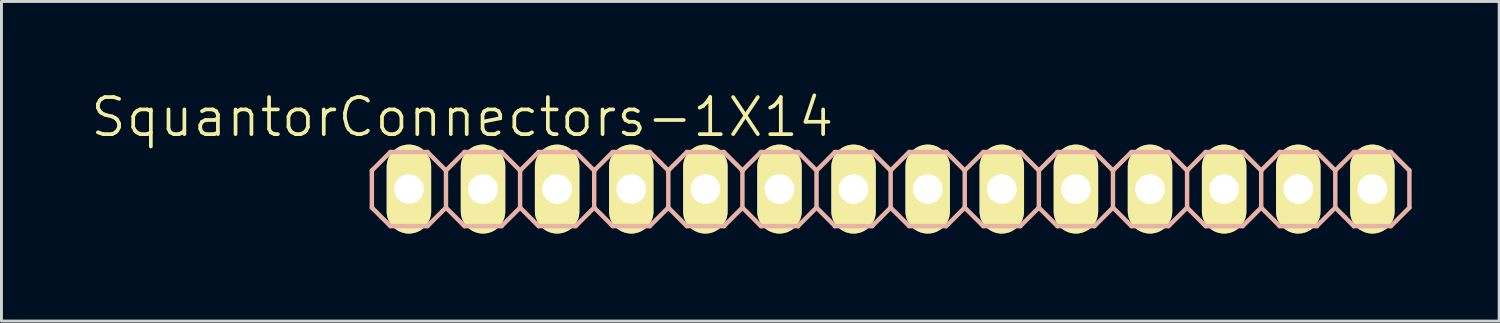
<source format=kicad_pcb>
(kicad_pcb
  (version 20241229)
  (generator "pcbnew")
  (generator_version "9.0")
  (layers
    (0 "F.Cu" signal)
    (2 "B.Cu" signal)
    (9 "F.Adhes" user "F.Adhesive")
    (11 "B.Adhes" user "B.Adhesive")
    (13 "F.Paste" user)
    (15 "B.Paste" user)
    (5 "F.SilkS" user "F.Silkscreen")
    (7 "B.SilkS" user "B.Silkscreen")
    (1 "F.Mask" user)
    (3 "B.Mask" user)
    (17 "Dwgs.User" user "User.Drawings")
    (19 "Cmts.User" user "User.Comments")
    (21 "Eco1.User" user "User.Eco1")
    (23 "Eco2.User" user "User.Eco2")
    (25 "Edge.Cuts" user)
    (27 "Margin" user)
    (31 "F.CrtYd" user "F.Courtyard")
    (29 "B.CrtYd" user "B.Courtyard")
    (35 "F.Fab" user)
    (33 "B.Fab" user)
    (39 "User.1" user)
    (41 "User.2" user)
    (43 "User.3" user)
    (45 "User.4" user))
  (footprint "SquantorConnectors-1X14"
    (layer "F.Cu")
    (at 27.475 3.43)
    (property "Reference" "SquantorConnectors-1X14" (at -14.681 -2.464 0) (layer "F.SilkS") (effects (font (size 1.27 1.27) (thickness 0.127))))
    (attr exclude_from_pos_files exclude_from_bom)
    (fp_line (start -16.764 -0.254) (end -16.256 -0.254) (stroke (width 0.066) (type solid)) (layer "F.SilkS"))
    (fp_line (start -16.764 0.254) (end -16.764 -0.254) (stroke (width 0.066) (type solid)) (layer "F.SilkS"))
    (fp_line (start -16.764 0.254) (end -16.256 0.254) (stroke (width 0.066) (type solid)) (layer "F.SilkS"))
    (fp_line (start -16.256 0.254) (end -16.256 -0.254) (stroke (width 0.066) (type solid)) (layer "F.SilkS"))
    (fp_line (start -14.224 -0.254) (end -13.716 -0.254) (stroke (width 0.066) (type solid)) (layer "F.SilkS"))
    (fp_line (start -14.224 0.254) (end -14.224 -0.254) (stroke (width 0.066) (type solid)) (layer "F.SilkS"))
    (fp_line (start -14.224 0.254) (end -13.716 0.254) (stroke (width 0.066) (type solid)) (layer "F.SilkS"))
    (fp_line (start -13.716 0.254) (end -13.716 -0.254) (stroke (width 0.066) (type solid)) (layer "F.SilkS"))
    (fp_line (start -11.684 -0.254) (end -11.176 -0.254) (stroke (width 0.066) (type solid)) (layer "F.SilkS"))
    (fp_line (start -11.684 0.254) (end -11.684 -0.254) (stroke (width 0.066) (type solid)) (layer "F.SilkS"))
    (fp_line (start -11.684 0.254) (end -11.176 0.254) (stroke (width 0.066) (type solid)) (layer "F.SilkS"))
    (fp_line (start -11.176 0.254) (end -11.176 -0.254) (stroke (width 0.066) (type solid)) (layer "F.SilkS"))
    (fp_line (start -9.144 -0.254) (end -8.636 -0.254) (stroke (width 0.066) (type solid)) (layer "F.SilkS"))
    (fp_line (start -9.144 0.254) (end -9.144 -0.254) (stroke (width 0.066) (type solid)) (layer "F.SilkS"))
    (fp_line (start -9.144 0.254) (end -8.636 0.254) (stroke (width 0.066) (type solid)) (layer "F.SilkS"))
    (fp_line (start -8.636 0.254) (end -8.636 -0.254) (stroke (width 0.066) (type solid)) (layer "F.SilkS"))
    (fp_line (start -6.604 -0.254) (end -6.096 -0.254) (stroke (width 0.066) (type solid)) (layer "F.SilkS"))
    (fp_line (start -6.604 0.254) (end -6.604 -0.254) (stroke (width 0.066) (type solid)) (layer "F.SilkS"))
    (fp_line (start -6.604 0.254) (end -6.096 0.254) (stroke (width 0.066) (type solid)) (layer "F.SilkS"))
    (fp_line (start -6.096 0.254) (end -6.096 -0.254) (stroke (width 0.066) (type solid)) (layer "F.SilkS"))
    (fp_line (start -4.064 -0.254) (end -3.556 -0.254) (stroke (width 0.066) (type solid)) (layer "F.SilkS"))
    (fp_line (start -4.064 0.254) (end -4.064 -0.254) (stroke (width 0.066) (type solid)) (layer "F.SilkS"))
    (fp_line (start -4.064 0.254) (end -3.556 0.254) (stroke (width 0.066) (type solid)) (layer "F.SilkS"))
    (fp_line (start -3.556 0.254) (end -3.556 -0.254) (stroke (width 0.066) (type solid)) (layer "F.SilkS"))
    (fp_line (start -1.524 -0.254) (end -1.016 -0.254) (stroke (width 0.066) (type solid)) (layer "F.SilkS"))
    (fp_line (start -1.524 0.254) (end -1.524 -0.254) (stroke (width 0.066) (type solid)) (layer "F.SilkS"))
    (fp_line (start -1.524 0.254) (end -1.016 0.254) (stroke (width 0.066) (type solid)) (layer "F.SilkS"))
    (fp_line (start -1.016 0.254) (end -1.016 -0.254) (stroke (width 0.066) (type solid)) (layer "F.SilkS"))
    (fp_line (start 1.016 -0.254) (end 1.524 -0.254) (stroke (width 0.066) (type solid)) (layer "F.SilkS"))
    (fp_line (start 1.016 0.254) (end 1.016 -0.254) (stroke (width 0.066) (type solid)) (layer "F.SilkS"))
    (fp_line (start 1.016 0.254) (end 1.524 0.254) (stroke (width 0.066) (type solid)) (layer "F.SilkS"))
    (fp_line (start 1.524 0.254) (end 1.524 -0.254) (stroke (width 0.066) (type solid)) (layer "F.SilkS"))
    (fp_line (start 3.556 -0.254) (end 4.064 -0.254) (stroke (width 0.066) (type solid)) (layer "F.SilkS"))
    (fp_line (start 3.556 0.254) (end 3.556 -0.254) (stroke (width 0.066) (type solid)) (layer "F.SilkS"))
    (fp_line (start 3.556 0.254) (end 4.064 0.254) (stroke (width 0.066) (type solid)) (layer "F.SilkS"))
    (fp_line (start 4.064 0.254) (end 4.064 -0.254) (stroke (width 0.066) (type solid)) (layer "F.SilkS"))
    (fp_line (start 6.096 -0.254) (end 6.604 -0.254) (stroke (width 0.066) (type solid)) (layer "F.SilkS"))
    (fp_line (start 6.096 0.254) (end 6.096 -0.254) (stroke (width 0.066) (type solid)) (layer "F.SilkS"))
    (fp_line (start 6.096 0.254) (end 6.604 0.254) (stroke (width 0.066) (type solid)) (layer "F.SilkS"))
    (fp_line (start 6.604 0.254) (end 6.604 -0.254) (stroke (width 0.066) (type solid)) (layer "F.SilkS"))
    (fp_line (start 8.636 -0.254) (end 9.144 -0.254) (stroke (width 0.066) (type solid)) (layer "F.SilkS"))
    (fp_line (start 8.636 0.254) (end 8.636 -0.254) (stroke (width 0.066) (type solid)) (layer "F.SilkS"))
    (fp_line (start 8.636 0.254) (end 9.144 0.254) (stroke (width 0.066) (type solid)) (layer "F.SilkS"))
    (fp_line (start 9.144 0.254) (end 9.144 -0.254) (stroke (width 0.066) (type solid)) (layer "F.SilkS"))
    (fp_line (start 11.176 -0.254) (end 11.684 -0.254) (stroke (width 0.066) (type solid)) (layer "F.SilkS"))
    (fp_line (start 11.176 0.254) (end 11.176 -0.254) (stroke (width 0.066) (type solid)) (layer "F.SilkS"))
    (fp_line (start 11.176 0.254) (end 11.684 0.254) (stroke (width 0.066) (type solid)) (layer "F.SilkS"))
    (fp_line (start 11.684 0.254) (end 11.684 -0.254) (stroke (width 0.066) (type solid)) (layer "F.SilkS"))
    (fp_line (start 13.716 -0.254) (end 14.224 -0.254) (stroke (width 0.066) (type solid)) (layer "F.SilkS"))
    (fp_line (start 13.716 0.254) (end 13.716 -0.254) (stroke (width 0.066) (type solid)) (layer "F.SilkS"))
    (fp_line (start 13.716 0.254) (end 14.224 0.254) (stroke (width 0.066) (type solid)) (layer "F.SilkS"))
    (fp_line (start 14.224 0.254) (end 14.224 -0.254) (stroke (width 0.066) (type solid)) (layer "F.SilkS"))
    (fp_line (start 16.256 -0.254) (end 16.764 -0.254) (stroke (width 0.066) (type solid)) (layer "F.SilkS"))
    (fp_line (start 16.256 0.254) (end 16.256 -0.254) (stroke (width 0.066) (type solid)) (layer "F.SilkS"))
    (fp_line (start 16.256 0.254) (end 16.764 0.254) (stroke (width 0.066) (type solid)) (layer "F.SilkS"))
    (fp_line (start 16.764 0.254) (end 16.764 -0.254) (stroke (width 0.066) (type solid)) (layer "F.SilkS"))
    (fp_line (start -17.78 -0.635) (end -17.78 0.635) (stroke (width 0.152) (type solid)) (layer "B.SilkS"))
    (fp_line (start -17.78 0.635) (end -17.145 1.27) (stroke (width 0.152) (type solid)) (layer "B.SilkS"))
    (fp_line (start -17.145 -1.27) (end -17.78 -0.635) (stroke (width 0.152) (type solid)) (layer "B.SilkS"))
    (fp_line (start -17.145 -1.27) (end -15.875 -1.27) (stroke (width 0.152) (type solid)) (layer "B.SilkS"))
    (fp_line (start -15.875 -1.27) (end -15.24 -0.635) (stroke (width 0.152) (type solid)) (layer "B.SilkS"))
    (fp_line (start -15.875 1.27) (end -17.145 1.27) (stroke (width 0.152) (type solid)) (layer "B.SilkS"))
    (fp_line (start -15.24 -0.635) (end -15.24 0.635) (stroke (width 0.152) (type solid)) (layer "B.SilkS"))
    (fp_line (start -15.24 -0.635) (end -14.605 -1.27) (stroke (width 0.152) (type solid)) (layer "B.SilkS"))
    (fp_line (start -15.24 0.635) (end -15.875 1.27) (stroke (width 0.152) (type solid)) (layer "B.SilkS"))
    (fp_line (start -14.605 -1.27) (end -13.335 -1.27) (stroke (width 0.152) (type solid)) (layer "B.SilkS"))
    (fp_line (start -14.605 1.27) (end -15.24 0.635) (stroke (width 0.152) (type solid)) (layer "B.SilkS"))
    (fp_line (start -13.335 -1.27) (end -12.7 -0.635) (stroke (width 0.152) (type solid)) (layer "B.SilkS"))
    (fp_line (start -13.335 1.27) (end -14.605 1.27) (stroke (width 0.152) (type solid)) (layer "B.SilkS"))
    (fp_line (start -12.7 -0.635) (end -12.7 0.635) (stroke (width 0.152) (type solid)) (layer "B.SilkS"))
    (fp_line (start -12.7 -0.635) (end -12.065 -1.27) (stroke (width 0.152) (type solid)) (layer "B.SilkS"))
    (fp_line (start -12.7 0.635) (end -13.335 1.27) (stroke (width 0.152) (type solid)) (layer "B.SilkS"))
    (fp_line (start -12.065 -1.27) (end -10.795 -1.27) (stroke (width 0.152) (type solid)) (layer "B.SilkS"))
    (fp_line (start -12.065 1.27) (end -12.7 0.635) (stroke (width 0.152) (type solid)) (layer "B.SilkS"))
    (fp_line (start -10.795 -1.27) (end -10.16 -0.635) (stroke (width 0.152) (type solid)) (layer "B.SilkS"))
    (fp_line (start -10.795 1.27) (end -12.065 1.27) (stroke (width 0.152) (type solid)) (layer "B.SilkS"))
    (fp_line (start -10.16 -0.635) (end -10.16 0.635) (stroke (width 0.152) (type solid)) (layer "B.SilkS"))
    (fp_line (start -10.16 0.635) (end -10.795 1.27) (stroke (width 0.152) (type solid)) (layer "B.SilkS"))
    (fp_line (start -10.16 0.635) (end -9.525 1.27) (stroke (width 0.152) (type solid)) (layer "B.SilkS"))
    (fp_line (start -9.525 -1.27) (end -10.16 -0.635) (stroke (width 0.152) (type solid)) (layer "B.SilkS"))
    (fp_line (start -9.525 -1.27) (end -8.255 -1.27) (stroke (width 0.152) (type solid)) (layer "B.SilkS"))
    (fp_line (start -8.255 -1.27) (end -7.62 -0.635) (stroke (width 0.152) (type solid)) (layer "B.SilkS"))
    (fp_line (start -8.255 1.27) (end -9.525 1.27) (stroke (width 0.152) (type solid)) (layer "B.SilkS"))
    (fp_line (start -7.62 -0.635) (end -7.62 0.635) (stroke (width 0.152) (type solid)) (layer "B.SilkS"))
    (fp_line (start -7.62 -0.635) (end -6.985 -1.27) (stroke (width 0.152) (type solid)) (layer "B.SilkS"))
    (fp_line (start -7.62 0.635) (end -8.255 1.27) (stroke (width 0.152) (type solid)) (layer "B.SilkS"))
    (fp_line (start -6.985 -1.27) (end -5.715 -1.27) (stroke (width 0.152) (type solid)) (layer "B.SilkS"))
    (fp_line (start -6.985 1.27) (end -7.62 0.635) (stroke (width 0.152) (type solid)) (layer "B.SilkS"))
    (fp_line (start -5.715 -1.27) (end -5.08 -0.635) (stroke (width 0.152) (type solid)) (layer "B.SilkS"))
    (fp_line (start -5.715 1.27) (end -6.985 1.27) (stroke (width 0.152) (type solid)) (layer "B.SilkS"))
    (fp_line (start -5.08 -0.635) (end -5.08 0.635) (stroke (width 0.152) (type solid)) (layer "B.SilkS"))
    (fp_line (start -5.08 -0.635) (end -4.445 -1.27) (stroke (width 0.152) (type solid)) (layer "B.SilkS"))
    (fp_line (start -5.08 0.635) (end -5.715 1.27) (stroke (width 0.152) (type solid)) (layer "B.SilkS"))
    (fp_line (start -4.445 -1.27) (end -3.175 -1.27) (stroke (width 0.152) (type solid)) (layer "B.SilkS"))
    (fp_line (start -4.445 1.27) (end -5.08 0.635) (stroke (width 0.152) (type solid)) (layer "B.SilkS"))
    (fp_line (start -3.175 -1.27) (end -2.54 -0.635) (stroke (width 0.152) (type solid)) (layer "B.SilkS"))
    (fp_line (start -3.175 1.27) (end -4.445 1.27) (stroke (width 0.152) (type solid)) (layer "B.SilkS"))
    (fp_line (start -2.54 -0.635) (end -2.54 0.635) (stroke (width 0.152) (type solid)) (layer "B.SilkS"))
    (fp_line (start -2.54 0.635) (end -3.175 1.27) (stroke (width 0.152) (type solid)) (layer "B.SilkS"))
    (fp_line (start -2.54 0.635) (end -1.905 1.27) (stroke (width 0.152) (type solid)) (layer "B.SilkS"))
    (fp_line (start -1.905 -1.27) (end -2.54 -0.635) (stroke (width 0.152) (type solid)) (layer "B.SilkS"))
    (fp_line (start -1.905 -1.27) (end -0.635 -1.27) (stroke (width 0.152) (type solid)) (layer "B.SilkS"))
    (fp_line (start -0.635 -1.27) (end 0 -0.635) (stroke (width 0.152) (type solid)) (layer "B.SilkS"))
    (fp_line (start -0.635 1.27) (end -1.905 1.27) (stroke (width 0.152) (type solid)) (layer "B.SilkS"))
    (fp_line (start 0 -0.635) (end 0 0.635) (stroke (width 0.152) (type solid)) (layer "B.SilkS"))
    (fp_line (start 0 -0.635) (end 0.635 -1.27) (stroke (width 0.152) (type solid)) (layer "B.SilkS"))
    (fp_line (start 0 0.635) (end -0.635 1.27) (stroke (width 0.152) (type solid)) (layer "B.SilkS"))
    (fp_line (start 0.635 -1.27) (end 1.905 -1.27) (stroke (width 0.152) (type solid)) (layer "B.SilkS"))
    (fp_line (start 0.635 1.27) (end 0 0.635) (stroke (width 0.152) (type solid)) (layer "B.SilkS"))
    (fp_line (start 1.905 -1.27) (end 2.54 -0.635) (stroke (width 0.152) (type solid)) (layer "B.SilkS"))
    (fp_line (start 1.905 1.27) (end 0.635 1.27) (stroke (width 0.152) (type solid)) (layer "B.SilkS"))
    (fp_line (start 2.54 -0.635) (end 2.54 0.635) (stroke (width 0.152) (type solid)) (layer "B.SilkS"))
    (fp_line (start 2.54 -0.635) (end 3.175 -1.27) (stroke (width 0.152) (type solid)) (layer "B.SilkS"))
    (fp_line (start 2.54 0.635) (end 1.905 1.27) (stroke (width 0.152) (type solid)) (layer "B.SilkS"))
    (fp_line (start 3.175 -1.27) (end 4.445 -1.27) (stroke (width 0.152) (type solid)) (layer "B.SilkS"))
    (fp_line (start 3.175 1.27) (end 2.54 0.635) (stroke (width 0.152) (type solid)) (layer "B.SilkS"))
    (fp_line (start 4.445 -1.27) (end 5.08 -0.635) (stroke (width 0.152) (type solid)) (layer "B.SilkS"))
    (fp_line (start 4.445 1.27) (end 3.175 1.27) (stroke (width 0.152) (type solid)) (layer "B.SilkS"))
    (fp_line (start 5.08 -0.635) (end 5.08 0.635) (stroke (width 0.152) (type solid)) (layer "B.SilkS"))
    (fp_line (start 5.08 0.635) (end 4.445 1.27) (stroke (width 0.152) (type solid)) (layer "B.SilkS"))
    (fp_line (start 5.08 0.635) (end 5.715 1.27) (stroke (width 0.152) (type solid)) (layer "B.SilkS"))
    (fp_line (start 5.715 -1.27) (end 5.08 -0.635) (stroke (width 0.152) (type solid)) (layer "B.SilkS"))
    (fp_line (start 5.715 -1.27) (end 6.985 -1.27) (stroke (width 0.152) (type solid)) (layer "B.SilkS"))
    (fp_line (start 6.985 -1.27) (end 7.62 -0.635) (stroke (width 0.152) (type solid)) (layer "B.SilkS"))
    (fp_line (start 6.985 1.27) (end 5.715 1.27) (stroke (width 0.152) (type solid)) (layer "B.SilkS"))
    (fp_line (start 7.62 -0.635) (end 7.62 0.635) (stroke (width 0.152) (type solid)) (layer "B.SilkS"))
    (fp_line (start 7.62 -0.635) (end 8.255 -1.27) (stroke (width 0.152) (type solid)) (layer "B.SilkS"))
    (fp_line (start 7.62 0.635) (end 6.985 1.27) (stroke (width 0.152) (type solid)) (layer "B.SilkS"))
    (fp_line (start 8.255 -1.27) (end 9.525 -1.27) (stroke (width 0.152) (type solid)) (layer "B.SilkS"))
    (fp_line (start 8.255 1.27) (end 7.62 0.635) (stroke (width 0.152) (type solid)) (layer "B.SilkS"))
    (fp_line (start 9.525 -1.27) (end 10.16 -0.635) (stroke (width 0.152) (type solid)) (layer "B.SilkS"))
    (fp_line (start 9.525 1.27) (end 8.255 1.27) (stroke (width 0.152) (type solid)) (layer "B.SilkS"))
    (fp_line (start 10.16 -0.635) (end 10.16 0.635) (stroke (width 0.152) (type solid)) (layer "B.SilkS"))
    (fp_line (start 10.16 -0.635) (end 10.795 -1.27) (stroke (width 0.152) (type solid)) (layer "B.SilkS"))
    (fp_line (start 10.16 0.635) (end 9.525 1.27) (stroke (width 0.152) (type solid)) (layer "B.SilkS"))
    (fp_line (start 10.795 -1.27) (end 12.065 -1.27) (stroke (width 0.152) (type solid)) (layer "B.SilkS"))
    (fp_line (start 10.795 1.27) (end 10.16 0.635) (stroke (width 0.152) (type solid)) (layer "B.SilkS"))
    (fp_line (start 12.065 -1.27) (end 12.7 -0.635) (stroke (width 0.152) (type solid)) (layer "B.SilkS"))
    (fp_line (start 12.065 1.27) (end 10.795 1.27) (stroke (width 0.152) (type solid)) (layer "B.SilkS"))
    (fp_line (start 12.7 -0.635) (end 12.7 0.635) (stroke (width 0.152) (type solid)) (layer "B.SilkS"))
    (fp_line (start 12.7 0.635) (end 12.065 1.27) (stroke (width 0.152) (type solid)) (layer "B.SilkS"))
    (fp_line (start 12.7 0.635) (end 13.335 1.27) (stroke (width 0.152) (type solid)) (layer "B.SilkS"))
    (fp_line (start 13.335 -1.27) (end 12.7 -0.635) (stroke (width 0.152) (type solid)) (layer "B.SilkS"))
    (fp_line (start 13.335 -1.27) (end 14.605 -1.27) (stroke (width 0.152) (type solid)) (layer "B.SilkS"))
    (fp_line (start 14.605 -1.27) (end 15.24 -0.635) (stroke (width 0.152) (type solid)) (layer "B.SilkS"))
    (fp_line (start 14.605 1.27) (end 13.335 1.27) (stroke (width 0.152) (type solid)) (layer "B.SilkS"))
    (fp_line (start 15.24 -0.635) (end 15.24 0.635) (stroke (width 0.152) (type solid)) (layer "B.SilkS"))
    (fp_line (start 15.24 -0.635) (end 15.875 -1.27) (stroke (width 0.152) (type solid)) (layer "B.SilkS"))
    (fp_line (start 15.24 0.635) (end 14.605 1.27) (stroke (width 0.152) (type solid)) (layer "B.SilkS"))
    (fp_line (start 15.875 -1.27) (end 17.145 -1.27) (stroke (width 0.152) (type solid)) (layer "B.SilkS"))
    (fp_line (start 15.875 1.27) (end 15.24 0.635) (stroke (width 0.152) (type solid)) (layer "B.SilkS"))
    (fp_line (start 17.145 -1.27) (end 17.78 -0.635) (stroke (width 0.152) (type solid)) (layer "B.SilkS"))
    (fp_line (start 17.145 1.27) (end 15.875 1.27) (stroke (width 0.152) (type solid)) (layer "B.SilkS"))
    (fp_line (start 17.78 -0.635) (end 17.78 0.635) (stroke (width 0.152) (type solid)) (layer "B.SilkS"))
    (fp_line (start 17.78 0.635) (end 17.145 1.27) (stroke (width 0.152) (type solid)) (layer "B.SilkS"))
    (pad "1" thru_hole oval (at -16.51 0 180) (size 1.524 3.048) (drill 1.016) (layers "*.Cu" "F.Mask" "F.SilkS" "F.Paste"))
    (pad "2" thru_hole oval (at -13.97 0 180) (size 1.524 3.048) (drill 1.016) (layers "*.Cu" "F.Mask" "F.SilkS" "F.Paste"))
    (pad "3" thru_hole oval (at -11.43 0 180) (size 1.524 3.048) (drill 1.016) (layers "*.Cu" "F.Mask" "F.SilkS" "F.Paste"))
    (pad "4" thru_hole oval (at -8.89 0 180) (size 1.524 3.048) (drill 1.016) (layers "*.Cu" "F.Mask" "F.SilkS" "F.Paste"))
    (pad "5" thru_hole oval (at -6.35 0 180) (size 1.524 3.048) (drill 1.016) (layers "*.Cu" "F.Mask" "F.SilkS" "F.Paste"))
    (pad "6" thru_hole oval (at -3.81 0 180) (size 1.524 3.048) (drill 1.016) (layers "*.Cu" "F.Mask" "F.SilkS" "F.Paste"))
    (pad "7" thru_hole oval (at -1.27 0 180) (size 1.524 3.048) (drill 1.016) (layers "*.Cu" "F.Mask" "F.SilkS" "F.Paste"))
    (pad "8" thru_hole oval (at 1.27 0 180) (size 1.524 3.048) (drill 1.016) (layers "*.Cu" "F.Mask" "F.SilkS" "F.Paste"))
    (pad "9" thru_hole oval (at 3.81 0 180) (size 1.524 3.048) (drill 1.016) (layers "*.Cu" "F.Mask" "F.SilkS" "F.Paste"))
    (pad "10" thru_hole oval (at 6.35 0 180) (size 1.524 3.048) (drill 1.016) (layers "*.Cu" "F.Mask" "F.SilkS" "F.Paste"))
    (pad "11" thru_hole oval (at 8.89 0 180) (size 1.524 3.048) (drill 1.016) (layers "*.Cu" "F.Mask" "F.SilkS" "F.Paste"))
    (pad "12" thru_hole oval (at 11.43 0 180) (size 1.524 3.048) (drill 1.016) (layers "*.Cu" "F.Mask" "F.SilkS" "F.Paste"))
    (pad "13" thru_hole oval (at 13.97 0 180) (size 1.524 3.048) (drill 1.016) (layers "*.Cu" "F.Mask" "F.SilkS" "F.Paste"))
    (pad "14" thru_hole oval (at 16.51 0 180) (size 1.524 3.048) (drill 1.016) (layers "*.Cu" "F.Mask" "F.SilkS" "F.Paste")))
  (gr_rect
    (start -3 -3)
    (end 48.331 7.954)
    (stroke (width 0.1) (type default))
    (fill no)
    (layer "Edge.Cuts")))
</source>
